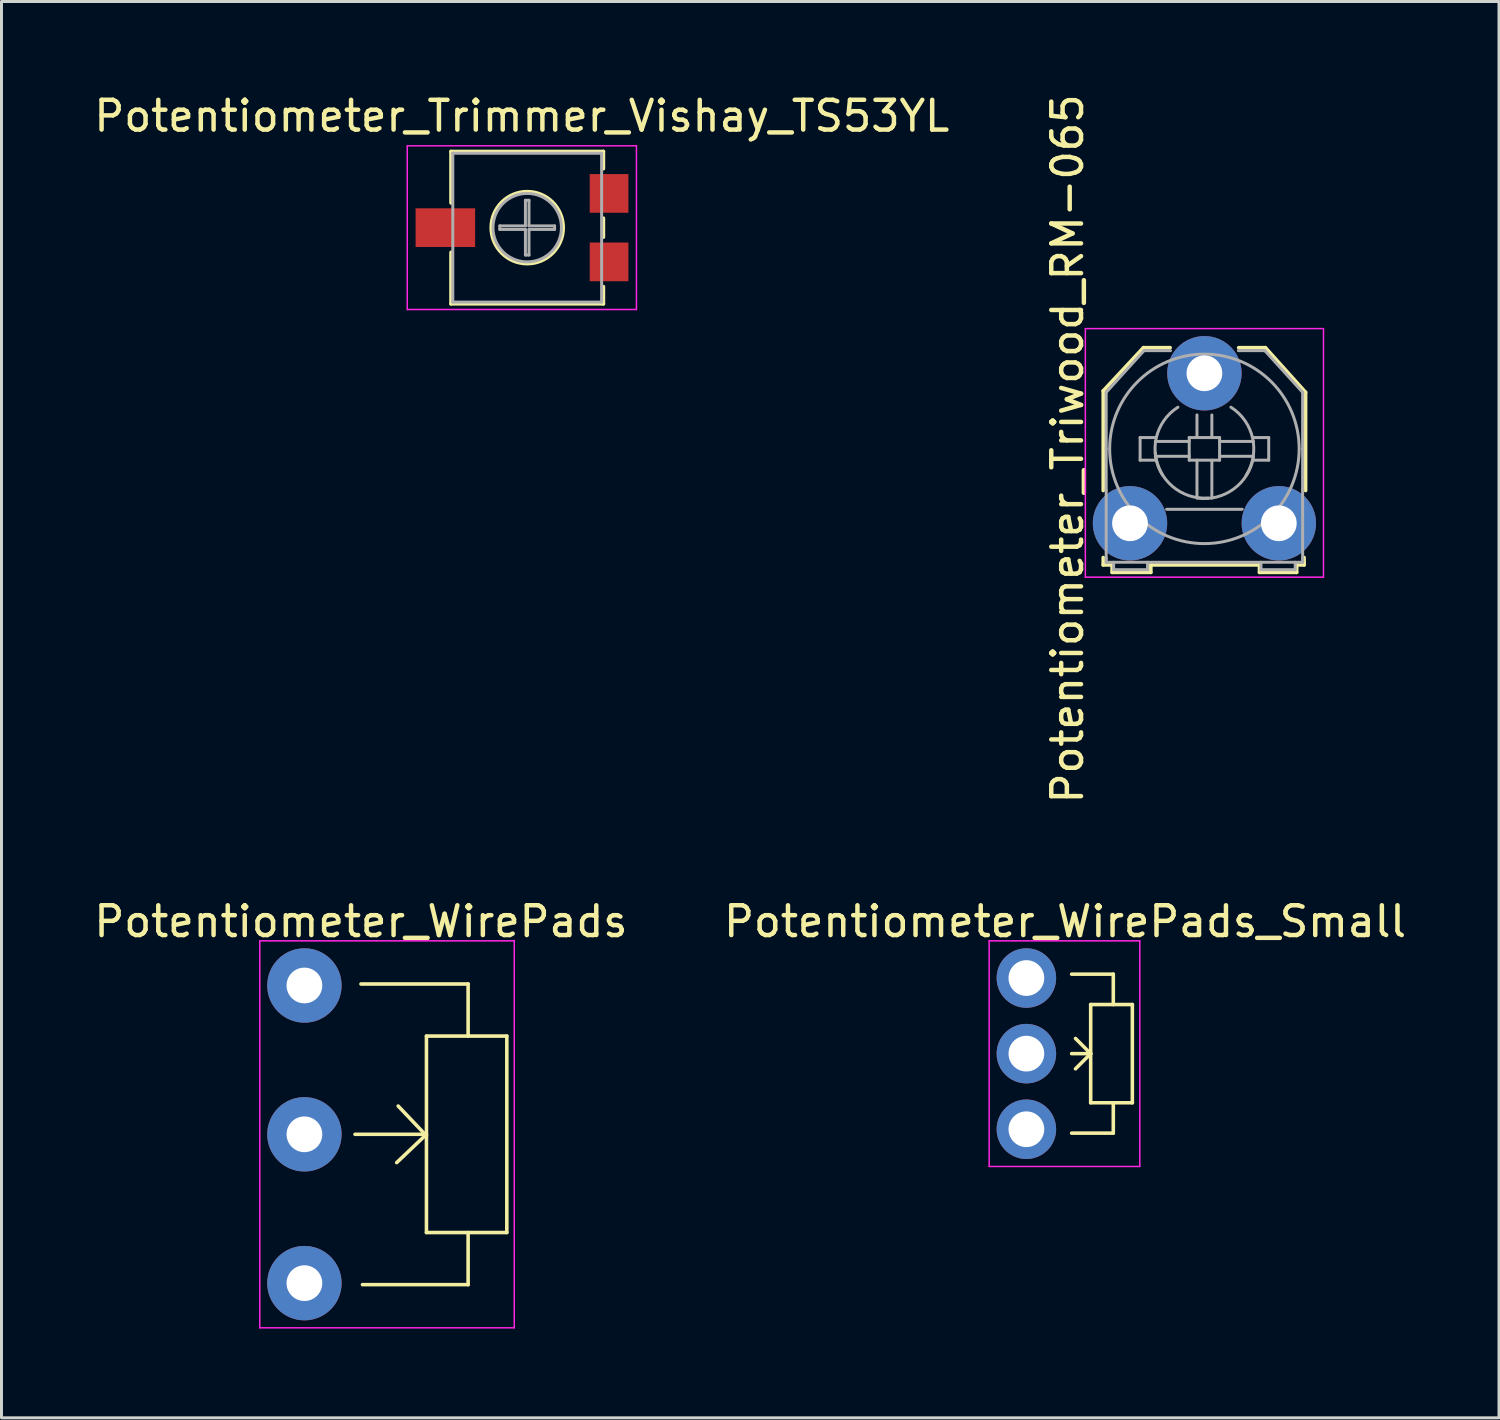
<source format=kicad_pcb>
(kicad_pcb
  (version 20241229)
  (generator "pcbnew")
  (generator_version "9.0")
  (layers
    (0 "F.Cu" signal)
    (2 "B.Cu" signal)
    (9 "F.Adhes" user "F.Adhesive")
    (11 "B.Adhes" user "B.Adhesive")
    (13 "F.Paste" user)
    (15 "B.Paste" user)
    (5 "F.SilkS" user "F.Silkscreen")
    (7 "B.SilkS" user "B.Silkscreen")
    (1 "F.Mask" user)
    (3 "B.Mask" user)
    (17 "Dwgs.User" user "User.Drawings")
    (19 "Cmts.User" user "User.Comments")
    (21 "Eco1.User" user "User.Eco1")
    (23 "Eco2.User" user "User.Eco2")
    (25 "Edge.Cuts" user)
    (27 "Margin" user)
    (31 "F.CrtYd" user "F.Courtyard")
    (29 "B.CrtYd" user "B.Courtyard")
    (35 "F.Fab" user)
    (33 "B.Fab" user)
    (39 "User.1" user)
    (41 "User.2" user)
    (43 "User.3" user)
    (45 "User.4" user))
  (footprint "Potentiometer_WirePads_Small"
    (layer "F.Cu")
    (at 31.432 29.808)
    (property "Reference" "Potentiometer_WirePads_Small" (at 1.3 -1.9 0) (layer "F.SilkS") (effects (font (size 1 1) (thickness 0.15))))
    (attr through_hole)
    (fp_line (start 2.16 0.89) (end 3.56 0.89) (stroke (width 0.12) (type solid)) (layer "F.SilkS"))
    (fp_line (start 2.16 2.54) (end 1.52 2.54) (stroke (width 0.12) (type solid)) (layer "F.SilkS"))
    (fp_line (start 2.16 2.54) (end 1.65 2.03) (stroke (width 0.12) (type solid)) (layer "F.SilkS"))
    (fp_line (start 2.16 2.54) (end 1.65 3.05) (stroke (width 0.12) (type solid)) (layer "F.SilkS"))
    (fp_line (start 2.16 4.19) (end 2.16 0.89) (stroke (width 0.12) (type solid)) (layer "F.SilkS"))
    (fp_line (start 2.92 -0.13) (end 1.52 -0.13) (stroke (width 0.12) (type solid)) (layer "F.SilkS"))
    (fp_line (start 2.92 0.89) (end 2.92 -0.13) (stroke (width 0.12) (type solid)) (layer "F.SilkS"))
    (fp_line (start 2.92 4.19) (end 2.92 5.21) (stroke (width 0.12) (type solid)) (layer "F.SilkS"))
    (fp_line (start 2.92 5.21) (end 1.52 5.21) (stroke (width 0.12) (type solid)) (layer "F.SilkS"))
    (fp_line (start 3.56 0.89) (end 3.56 4.19) (stroke (width 0.12) (type solid)) (layer "F.SilkS"))
    (fp_line (start 3.56 4.19) (end 2.16 4.19) (stroke (width 0.12) (type solid)) (layer "F.SilkS"))
    (fp_line (start -1.25 -1.25) (end -1.25 6.33) (stroke (width 0.05) (type solid)) (layer "F.CrtYd"))
    (fp_line (start -1.25 -1.25) (end 3.81 -1.25) (stroke (width 0.05) (type solid)) (layer "F.CrtYd"))
    (fp_line (start 3.81 6.33) (end -1.25 6.33) (stroke (width 0.05) (type solid)) (layer "F.CrtYd"))
    (fp_line (start 3.81 6.33) (end 3.81 -1.25) (stroke (width 0.05) (type solid)) (layer "F.CrtYd"))
    (pad "1" thru_hole circle (at 0 0) (size 2 2) (drill 1.2) (layers "*.Cu" "*.Mask"))
    (pad "2" thru_hole circle (at 0 2.54) (size 2 2) (drill 1.2) (layers "*.Cu" "*.Mask"))
    (pad "3" thru_hole circle (at 0 5.08) (size 2 2) (drill 1.2) (layers "*.Cu" "*.Mask")))
  (footprint "Potentiometer_Trimmer_Vishay_TS53YL"
    (layer "F.Cu")
    (at 14.662 4.598)
    (property "Reference" "Potentiometer_Trimmer_Vishay_TS53YL" (at -0.18 -3.75 0) (layer "F.SilkS") (effects (font (size 1 1) (thickness 0.15))))
    (attr smd)
    (fp_line (start -2.56 -2.56) (end -2.56 -0.83) (stroke (width 0.12) (type solid)) (layer "F.SilkS"))
    (fp_line (start -2.56 -2.56) (end 2.56 -2.56) (stroke (width 0.12) (type solid)) (layer "F.SilkS"))
    (fp_line (start -2.56 0.83) (end -2.56 2.56) (stroke (width 0.12) (type solid)) (layer "F.SilkS"))
    (fp_line (start -2.56 2.56) (end 2.56 2.56) (stroke (width 0.12) (type solid)) (layer "F.SilkS"))
    (fp_line (start 2.56 -2.56) (end 2.56 -1.98) (stroke (width 0.12) (type solid)) (layer "F.SilkS"))
    (fp_line (start 2.56 -0.32) (end 2.56 0.32) (stroke (width 0.12) (type solid)) (layer "F.SilkS"))
    (fp_line (start 2.56 1.98) (end 2.56 2.56) (stroke (width 0.12) (type solid)) (layer "F.SilkS"))
    (fp_circle (center 0 0) (end 1.21 0) (stroke (width 0.12) (type solid)) (fill no) (layer "F.SilkS"))
    (fp_line (start -4.03 -2.75) (end -4.03 2.75) (stroke (width 0.05) (type solid)) (layer "F.CrtYd"))
    (fp_line (start -4.03 2.75) (end 3.67 2.75) (stroke (width 0.05) (type solid)) (layer "F.CrtYd"))
    (fp_line (start 3.67 -2.75) (end -4.03 -2.75) (stroke (width 0.05) (type solid)) (layer "F.CrtYd"))
    (fp_line (start 3.67 2.75) (end 3.67 -2.75) (stroke (width 0.05) (type solid)) (layer "F.CrtYd"))
    (fp_line (start -2.5 -2.5) (end -2.5 2.5) (stroke (width 0.1) (type solid)) (layer "F.Fab"))
    (fp_line (start -2.5 2.5) (end 2.5 2.5) (stroke (width 0.1) (type solid)) (layer "F.Fab"))
    (fp_line (start -0.92 -0.06) (end -0.06 -0.06) (stroke (width 0.1) (type solid)) (layer "F.Fab"))
    (fp_line (start -0.92 0.06) (end -0.92 -0.06) (stroke (width 0.1) (type solid)) (layer "F.Fab"))
    (fp_line (start -0.06 -0.92) (end 0.06 -0.92) (stroke (width 0.1) (type solid)) (layer "F.Fab"))
    (fp_line (start -0.06 -0.06) (end -0.06 -0.92) (stroke (width 0.1) (type solid)) (layer "F.Fab"))
    (fp_line (start -0.06 0.06) (end -0.92 0.06) (stroke (width 0.1) (type solid)) (layer "F.Fab"))
    (fp_line (start -0.06 0.92) (end -0.06 0.06) (stroke (width 0.1) (type solid)) (layer "F.Fab"))
    (fp_line (start 0.06 -0.92) (end 0.06 -0.06) (stroke (width 0.1) (type solid)) (layer "F.Fab"))
    (fp_line (start 0.06 -0.06) (end 0.92 -0.06) (stroke (width 0.1) (type solid)) (layer "F.Fab"))
    (fp_line (start 0.06 0.06) (end 0.06 0.92) (stroke (width 0.1) (type solid)) (layer "F.Fab"))
    (fp_line (start 0.06 0.92) (end -0.06 0.92) (stroke (width 0.1) (type solid)) (layer "F.Fab"))
    (fp_line (start 0.92 -0.06) (end 0.92 0.06) (stroke (width 0.1) (type solid)) (layer "F.Fab"))
    (fp_line (start 0.92 0.06) (end 0.06 0.06) (stroke (width 0.1) (type solid)) (layer "F.Fab"))
    (fp_line (start 2.5 -2.5) (end -2.5 -2.5) (stroke (width 0.1) (type solid)) (layer "F.Fab"))
    (fp_line (start 2.5 2.5) (end 2.5 -2.5) (stroke (width 0.1) (type solid)) (layer "F.Fab"))
    (fp_circle (center 0 0) (end 1.15 0) (stroke (width 0.1) (type solid)) (fill no) (layer "F.Fab"))
    (pad "1" smd rect (at 2.75 -1.15) (size 1.3 1.3) (layers "F.Cu" "F.Mask"))
    (pad "2" smd rect (at -2.75 0) (size 2 1.3) (layers "F.Cu" "F.Mask"))
    (pad "3" smd rect (at 2.75 1.15) (size 1.3 1.3) (layers "F.Cu" "F.Mask")))
  (footprint "Potentiometer_WirePads"
    (layer "F.Cu")
    (at 7.177 30.058)
    (property "Reference" "Potentiometer_WirePads" (at 1.9 -2.15 0) (layer "F.SilkS") (effects (font (size 1 1) (thickness 0.15))))
    (attr through_hole)
    (fp_line (start 4.05 5) (end 1.7 5) (stroke (width 0.12) (type solid)) (layer "F.SilkS"))
    (fp_line (start 4.1 1.7) (end 6.8 1.7) (stroke (width 0.12) (type solid)) (layer "F.SilkS"))
    (fp_line (start 4.1 5) (end 3.1 5.95) (stroke (width 0.12) (type solid)) (layer "F.SilkS"))
    (fp_line (start 4.1 5.05) (end 3.15 4.05) (stroke (width 0.12) (type solid)) (layer "F.SilkS"))
    (fp_line (start 4.1 8.3) (end 4.1 1.7) (stroke (width 0.12) (type solid)) (layer "F.SilkS"))
    (fp_line (start 5.5 -0.05) (end 1.9 -0.05) (stroke (width 0.12) (type solid)) (layer "F.SilkS"))
    (fp_line (start 5.5 1.7) (end 5.5 -0.05) (stroke (width 0.12) (type solid)) (layer "F.SilkS"))
    (fp_line (start 5.5 8.3) (end 5.5 10.05) (stroke (width 0.12) (type solid)) (layer "F.SilkS"))
    (fp_line (start 5.5 10.05) (end 1.95 10.05) (stroke (width 0.12) (type solid)) (layer "F.SilkS"))
    (fp_line (start 6.8 1.7) (end 6.8 8.3) (stroke (width 0.12) (type solid)) (layer "F.SilkS"))
    (fp_line (start 6.8 8.3) (end 4.1 8.3) (stroke (width 0.12) (type solid)) (layer "F.SilkS"))
    (fp_line (start -1.5 -1.5) (end -1.5 11.5) (stroke (width 0.05) (type solid)) (layer "F.CrtYd"))
    (fp_line (start -1.5 -1.5) (end 7.05 -1.5) (stroke (width 0.05) (type solid)) (layer "F.CrtYd"))
    (fp_line (start 7.05 11.5) (end -1.5 11.5) (stroke (width 0.05) (type solid)) (layer "F.CrtYd"))
    (fp_line (start 7.05 11.5) (end 7.05 -1.5) (stroke (width 0.05) (type solid)) (layer "F.CrtYd"))
    (pad "1" thru_hole circle (at 0 0) (size 2.5 2.5) (drill 1.2) (layers "*.Cu" "*.Mask"))
    (pad "2" thru_hole circle (at 0 5) (size 2.5 2.5) (drill 1.2) (layers "*.Cu" "*.Mask"))
    (pad "3" thru_hole circle (at 0 10) (size 2.5 2.5) (drill 1.2) (layers "*.Cu" "*.Mask")))
  (footprint "Potentiometer_Triwood_RM-065"
    (layer "F.Cu")
    (at 34.913 14.53)
    (property "Reference" "Potentiometer_Triwood_RM-065" (at -2.1 -2.5 90) (layer "F.SilkS") (effects (font (size 1 1) (thickness 0.15))))
    (attr through_hole)
    (fp_line (start -0.9 -4.45) (end 0.45 -5.9) (stroke (width 0.12) (type solid)) (layer "F.SilkS"))
    (fp_line (start -0.9 -1.1) (end -0.9 -4.45) (stroke (width 0.12) (type solid)) (layer "F.SilkS"))
    (fp_line (start -0.9 1.4) (end -0.9 1.15) (stroke (width 0.12) (type solid)) (layer "F.SilkS"))
    (fp_line (start -0.6 1.4) (end -0.9 1.4) (stroke (width 0.12) (type solid)) (layer "F.SilkS"))
    (fp_line (start -0.6 1.65) (end -0.6 1.4) (stroke (width 0.12) (type solid)) (layer "F.SilkS"))
    (fp_line (start 0.45 -5.9) (end 1.35 -5.9) (stroke (width 0.12) (type solid)) (layer "F.SilkS"))
    (fp_line (start 0.7 1.4) (end 0.7 1.65) (stroke (width 0.12) (type solid)) (layer "F.SilkS"))
    (fp_line (start 0.7 1.65) (end -0.6 1.65) (stroke (width 0.12) (type solid)) (layer "F.SilkS"))
    (fp_line (start 3.65 -5.9) (end 4.55 -5.9) (stroke (width 0.12) (type solid)) (layer "F.SilkS"))
    (fp_line (start 4.35 1.4) (end 0.7 1.4) (stroke (width 0.12) (type solid)) (layer "F.SilkS"))
    (fp_line (start 4.35 1.65) (end 4.35 1.4) (stroke (width 0.12) (type solid)) (layer "F.SilkS"))
    (fp_line (start 4.55 -5.9) (end 5.9 -4.4) (stroke (width 0.12) (type solid)) (layer "F.SilkS"))
    (fp_line (start 5.6 1.4) (end 5.6 1.65) (stroke (width 0.12) (type solid)) (layer "F.SilkS"))
    (fp_line (start 5.6 1.65) (end 4.35 1.65) (stroke (width 0.12) (type solid)) (layer "F.SilkS"))
    (fp_line (start 5.85 1.15) (end 5.85 1.4) (stroke (width 0.12) (type solid)) (layer "F.SilkS"))
    (fp_line (start 5.85 1.4) (end 5.6 1.4) (stroke (width 0.12) (type solid)) (layer "F.SilkS"))
    (fp_line (start 5.9 -4.4) (end 5.9 -1.1) (stroke (width 0.12) (type solid)) (layer "F.SilkS"))
    (fp_line (start -1.5 -6.54) (end -1.5 1.81) (stroke (width 0.05) (type solid)) (layer "F.CrtYd"))
    (fp_line (start -1.5 -6.54) (end 6.5 -6.54) (stroke (width 0.05) (type solid)) (layer "F.CrtYd"))
    (fp_line (start 6.5 1.81) (end -1.5 1.81) (stroke (width 0.05) (type solid)) (layer "F.CrtYd"))
    (fp_line (start 6.5 1.81) (end 6.5 -6.54) (stroke (width 0.05) (type solid)) (layer "F.CrtYd"))
    (fp_line (start -0.8 -4.4) (end -0.8 -2.5) (stroke (width 0.1) (type solid)) (layer "F.Fab"))
    (fp_line (start -0.8 -2.5) (end -0.8 -1.1) (stroke (width 0.1) (type solid)) (layer "F.Fab"))
    (fp_line (start -0.8 -1.1) (end -0.8 1.2) (stroke (width 0.1) (type solid)) (layer "F.Fab"))
    (fp_line (start -0.8 1.31) (end -0.8 1.18) (stroke (width 0.1) (type solid)) (layer "F.Fab"))
    (fp_line (start -0.8 1.31) (end 5.8 1.31) (stroke (width 0.1) (type solid)) (layer "F.Fab"))
    (fp_line (start -0.55 1.31) (end -0.55 1.56) (stroke (width 0.1) (type solid)) (layer "F.Fab"))
    (fp_line (start -0.55 1.56) (end 0.59 1.56) (stroke (width 0.1) (type solid)) (layer "F.Fab"))
    (fp_line (start 0.34 -2.88) (end 0.34 -2.12) (stroke (width 0.1) (type solid)) (layer "F.Fab"))
    (fp_line (start 0.34 -2.12) (end 0.85 -2.12) (stroke (width 0.1) (type solid)) (layer "F.Fab"))
    (fp_line (start 0.47 -5.8) (end -0.8 -4.4) (stroke (width 0.1) (type solid)) (layer "F.Fab"))
    (fp_line (start 0.59 1.56) (end 0.59 1.31) (stroke (width 0.1) (type solid)) (layer "F.Fab"))
    (fp_line (start 0.85 -2.88) (end 0.34 -2.88) (stroke (width 0.1) (type solid)) (layer "F.Fab"))
    (fp_line (start 1.23 -0.47) (end 3.77 -0.47) (stroke (width 0.1) (type solid)) (layer "F.Fab"))
    (fp_line (start 1.36 -5.8) (end 0.47 -5.8) (stroke (width 0.1) (type solid)) (layer "F.Fab"))
    (fp_line (start 1.99 -2.88) (end 1.99 -2.12) (stroke (width 0.1) (type solid)) (layer "F.Fab"))
    (fp_line (start 1.99 -2.75) (end 0.85 -2.75) (stroke (width 0.1) (type solid)) (layer "F.Fab"))
    (fp_line (start 1.99 -2.25) (end 0.85 -2.25) (stroke (width 0.1) (type solid)) (layer "F.Fab"))
    (fp_line (start 1.99 -2.12) (end 3.01 -2.12) (stroke (width 0.1) (type solid)) (layer "F.Fab"))
    (fp_line (start 2.25 -2.88) (end 2.25 -3.64) (stroke (width 0.1) (type solid)) (layer "F.Fab"))
    (fp_line (start 2.25 -2.12) (end 2.25 -0.85) (stroke (width 0.1) (type solid)) (layer "F.Fab"))
    (fp_line (start 2.75 -2.88) (end 2.75 -3.64) (stroke (width 0.1) (type solid)) (layer "F.Fab"))
    (fp_line (start 2.75 -2.12) (end 2.75 -0.85) (stroke (width 0.1) (type solid)) (layer "F.Fab"))
    (fp_line (start 3.01 -2.88) (end 1.99 -2.88) (stroke (width 0.1) (type solid)) (layer "F.Fab"))
    (fp_line (start 3.01 -2.75) (end 4.15 -2.75) (stroke (width 0.1) (type solid)) (layer "F.Fab"))
    (fp_line (start 3.01 -2.25) (end 4.15 -2.25) (stroke (width 0.1) (type solid)) (layer "F.Fab"))
    (fp_line (start 3.01 -2.12) (end 3.01 -2.88) (stroke (width 0.1) (type solid)) (layer "F.Fab"))
    (fp_line (start 4.15 -2.88) (end 4.66 -2.88) (stroke (width 0.1) (type solid)) (layer "F.Fab"))
    (fp_line (start 4.4 1.56) (end 4.4 1.31) (stroke (width 0.1) (type solid)) (layer "F.Fab"))
    (fp_line (start 4.53 -5.8) (end 3.64 -5.8) (stroke (width 0.1) (type solid)) (layer "F.Fab"))
    (fp_line (start 4.53 -5.8) (end 5.8 -4.4) (stroke (width 0.1) (type solid)) (layer "F.Fab"))
    (fp_line (start 4.66 -2.88) (end 4.66 -2.12) (stroke (width 0.1) (type solid)) (layer "F.Fab"))
    (fp_line (start 4.66 -2.12) (end 4.15 -2.12) (stroke (width 0.1) (type solid)) (layer "F.Fab"))
    (fp_line (start 5.55 1.31) (end 5.55 1.56) (stroke (width 0.1) (type solid)) (layer "F.Fab"))
    (fp_line (start 5.55 1.56) (end 4.4 1.56) (stroke (width 0.1) (type solid)) (layer "F.Fab"))
    (fp_line (start 5.8 -4.4) (end 5.8 -2.5) (stroke (width 0.1) (type solid)) (layer "F.Fab"))
    (fp_line (start 5.8 -2.5) (end 5.8 -1.1) (stroke (width 0.1) (type solid)) (layer "F.Fab"))
    (fp_line (start 5.8 1.2) (end 5.8 -1.15) (stroke (width 0.1) (type solid)) (layer "F.Fab"))
    (fp_line (start 5.8 1.31) (end 5.8 1.18) (stroke (width 0.1) (type solid)) (layer "F.Fab"))
    (fp_arc (start 1.1 -1.61) (mid 0.880725 -2.860624) (end 1.61 -3.9) (stroke (width 0.1) (type solid)) (layer "F.Fab"))
    (fp_arc (start 2.63 -0.85) (mid 1.425198 -1.24135) (end 0.85 -2.37) (stroke (width 0.1) (type solid)) (layer "F.Fab"))
    (fp_arc (start 3.39 -3.9) (mid 4.119275 -2.860624) (end 3.9 -1.61) (stroke (width 0.1) (type solid)) (layer "F.Fab"))
    (fp_arc (start 4.15 -2.25) (mid 3.489949 -1.156497) (end 2.25 -0.85) (stroke (width 0.1) (type solid)) (layer "F.Fab"))
    (fp_circle (center 2.5 -2.5) (end 4.7 -0.2) (stroke (width 0.1) (type solid)) (fill no) (layer "F.Fab"))
    (pad "1" thru_hole circle (at 0 0) (size 2.5 2.5) (drill 1.2) (layers "*.Cu" "*.Mask"))
    (pad "2" thru_hole circle (at 2.5 -5.04) (size 2.5 2.5) (drill 1.2) (layers "*.Cu" "*.Mask"))
    (pad "3" thru_hole circle (at 5 0) (size 2.5 2.5) (drill 1.2) (layers "*.Cu" "*.Mask")))
  (gr_rect
    (start -3 -3)
    (end 47.31 44.583)
    (stroke (width 0.1) (type default))
    (fill no)
    (layer "Edge.Cuts")))
</source>
